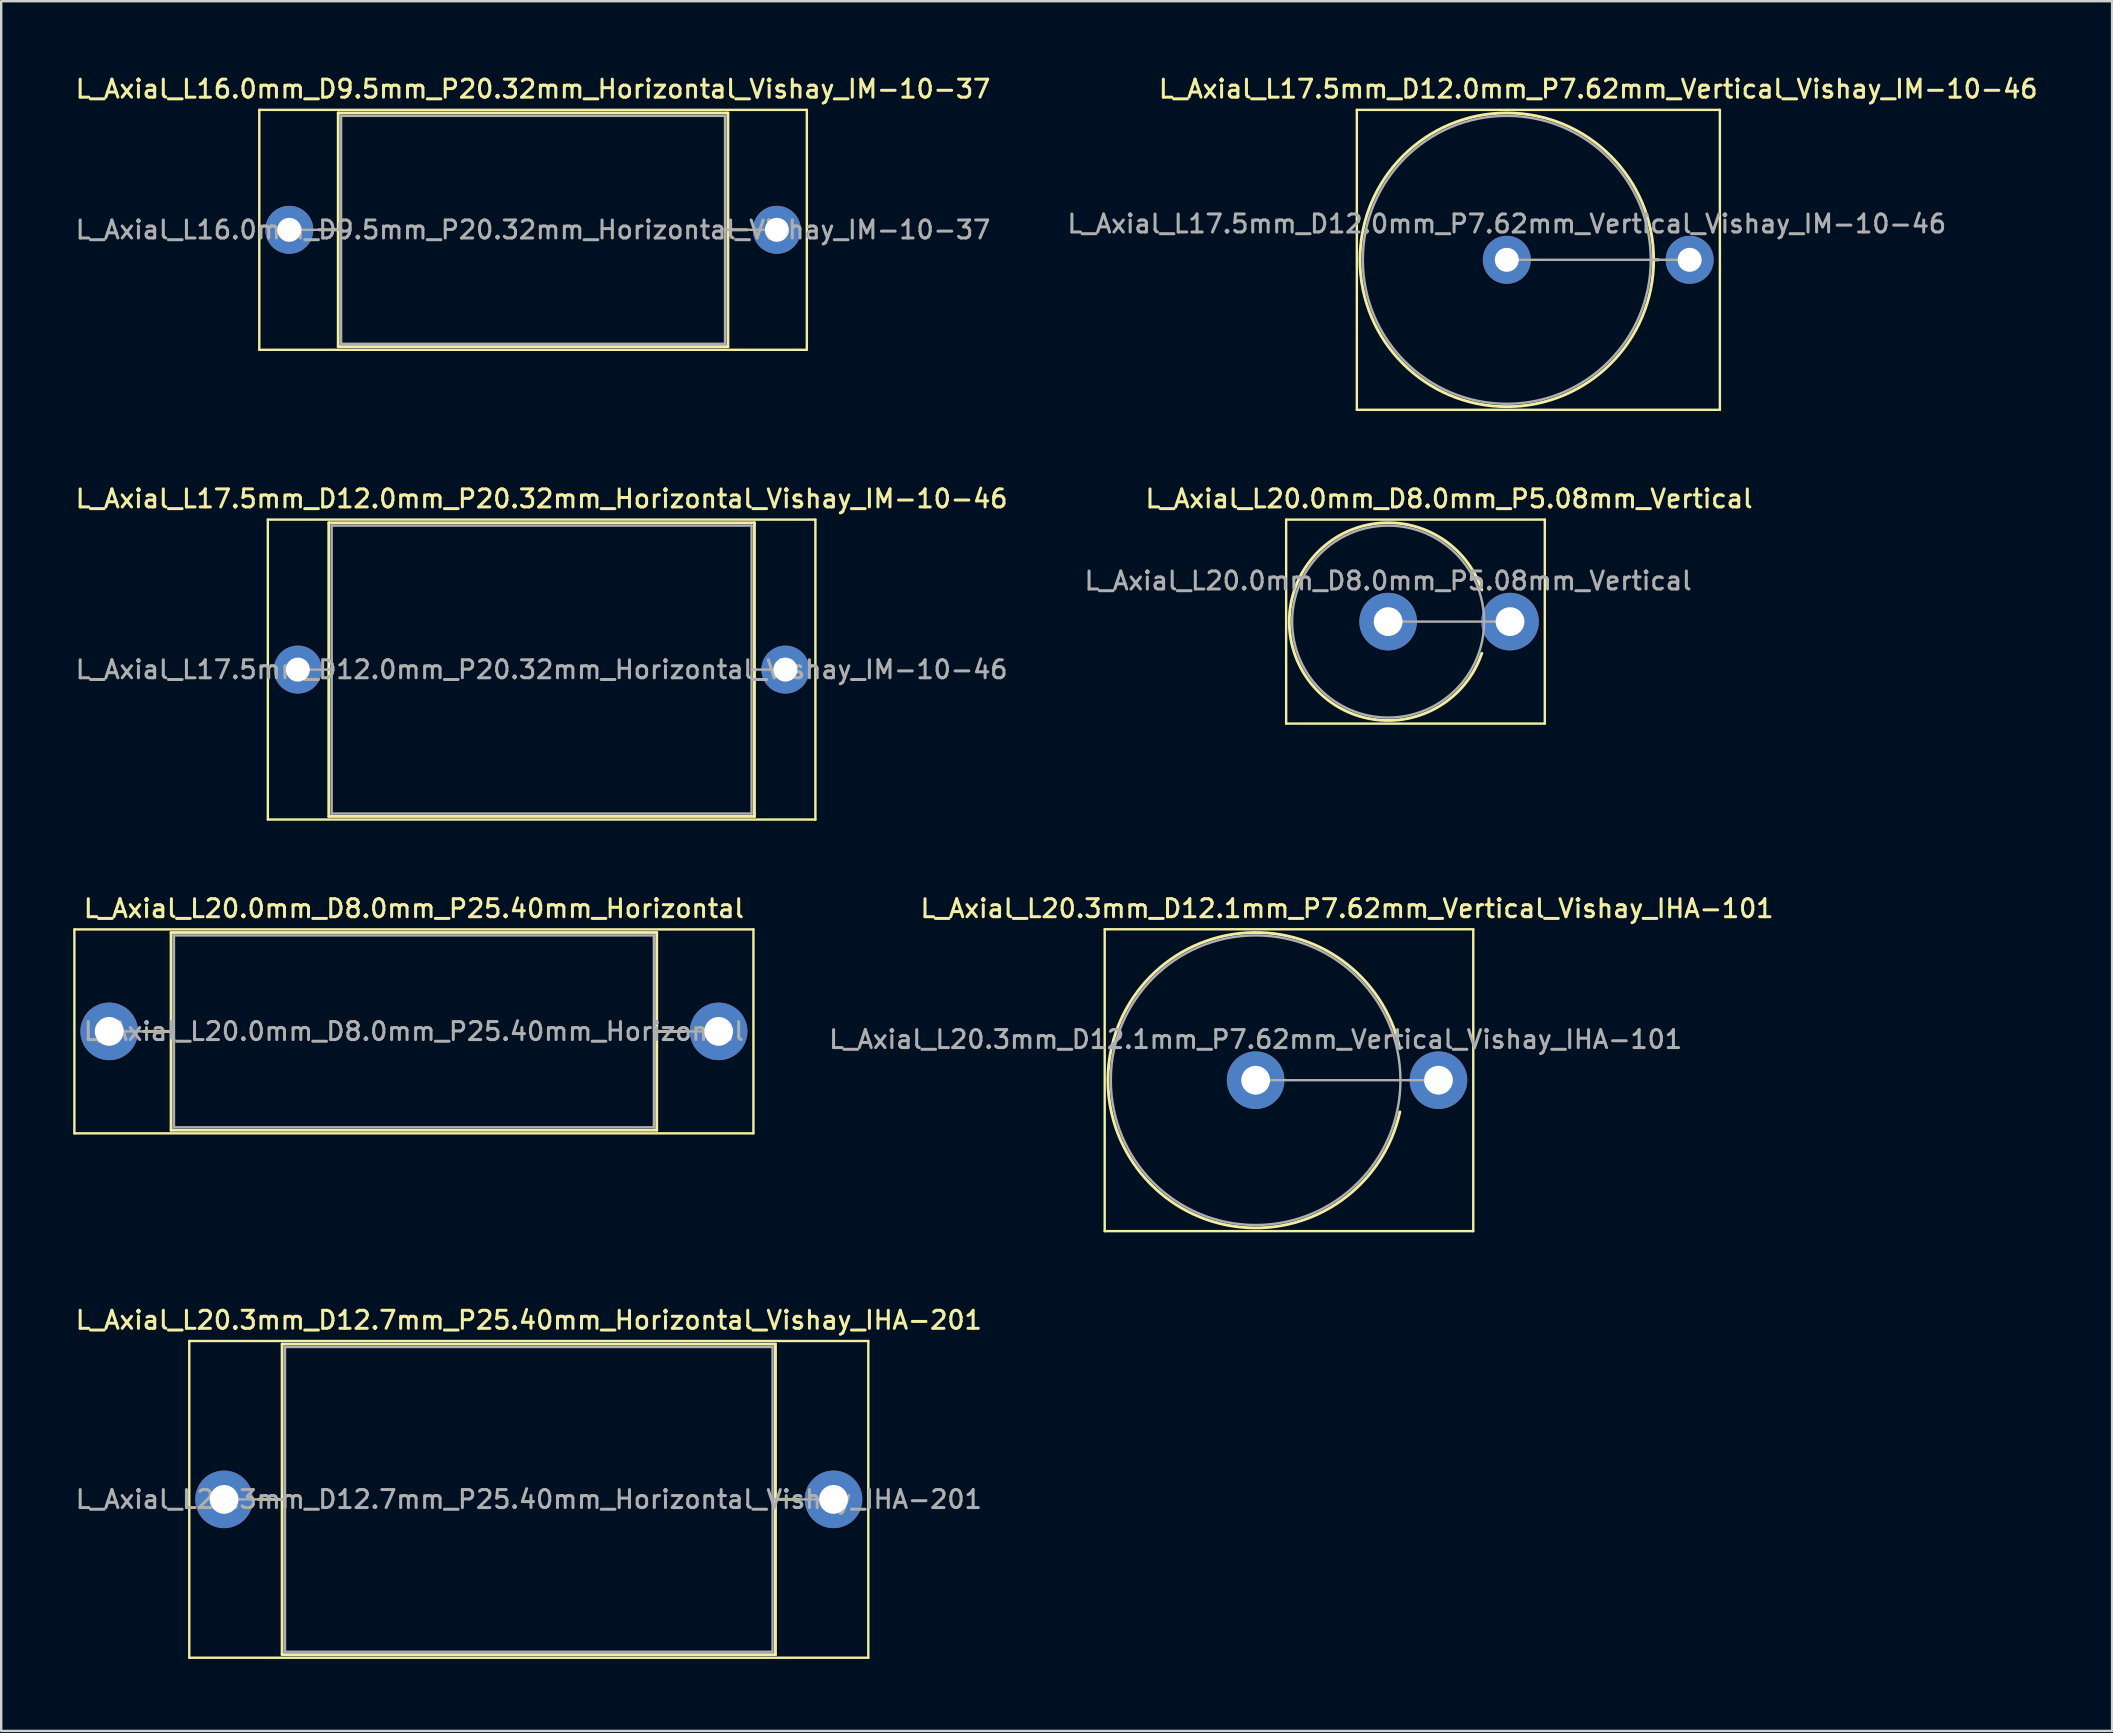
<source format=kicad_pcb>
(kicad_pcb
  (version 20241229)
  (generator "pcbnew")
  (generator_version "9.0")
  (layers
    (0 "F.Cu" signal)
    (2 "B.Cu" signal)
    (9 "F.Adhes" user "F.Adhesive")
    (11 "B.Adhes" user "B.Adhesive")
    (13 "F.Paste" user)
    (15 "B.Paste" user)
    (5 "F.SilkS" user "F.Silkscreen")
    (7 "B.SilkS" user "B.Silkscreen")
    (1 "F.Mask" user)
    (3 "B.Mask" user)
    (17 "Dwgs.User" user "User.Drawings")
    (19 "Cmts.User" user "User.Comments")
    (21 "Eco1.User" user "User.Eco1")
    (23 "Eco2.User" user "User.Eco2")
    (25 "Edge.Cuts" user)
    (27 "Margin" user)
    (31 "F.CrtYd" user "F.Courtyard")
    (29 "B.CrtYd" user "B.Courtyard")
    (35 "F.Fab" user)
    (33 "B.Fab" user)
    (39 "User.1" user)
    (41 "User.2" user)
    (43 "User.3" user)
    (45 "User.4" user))
  (footprint "L_Axial_L17.5mm_D12.0mm_P20.32mm_Horizontal_Vishay_IM-10-46"
    (layer "F.Cu")
    (at 9.363 24.856)
    (property "Reference" "L_Axial_L17.5mm_D12.0mm_P20.32mm_Horizontal_Vishay_IM-10-46" (at 10.16 -7.12 0) (layer "F.SilkS") (effects (font (size 0.75 0.75) (thickness 0.125))))
    (attr through_hole)
    (fp_line (start -1.25 -6.25) (end -1.25 6.25) (stroke (width 0.1) (type solid)) (layer "F.SilkS"))
    (fp_line (start -1.25 6.25) (end 21.57 6.25) (stroke (width 0.1) (type solid)) (layer "F.SilkS"))
    (fp_line (start 1.24 0) (end 1.29 0) (stroke (width 0.12) (type solid)) (layer "F.SilkS"))
    (fp_line (start 1.29 -6.12) (end 1.29 6.12) (stroke (width 0.12) (type solid)) (layer "F.SilkS"))
    (fp_line (start 1.29 6.12) (end 19.03 6.12) (stroke (width 0.12) (type solid)) (layer "F.SilkS"))
    (fp_line (start 19.03 -6.12) (end 1.29 -6.12) (stroke (width 0.12) (type solid)) (layer "F.SilkS"))
    (fp_line (start 19.03 6.12) (end 19.03 -6.12) (stroke (width 0.12) (type solid)) (layer "F.SilkS"))
    (fp_line (start 19.08 0) (end 19.03 0) (stroke (width 0.12) (type solid)) (layer "F.SilkS"))
    (fp_line (start 21.57 -6.25) (end -1.25 -6.25) (stroke (width 0.1) (type solid)) (layer "F.SilkS"))
    (fp_line (start 21.57 6.25) (end 21.57 -6.25) (stroke (width 0.1) (type solid)) (layer "F.SilkS"))
    (fp_line (start 0 0) (end 1.41 0) (stroke (width 0.1) (type solid)) (layer "F.Fab"))
    (fp_line (start 1.41 -6) (end 1.41 6) (stroke (width 0.1) (type solid)) (layer "F.Fab"))
    (fp_line (start 1.41 6) (end 18.91 6) (stroke (width 0.1) (type solid)) (layer "F.Fab"))
    (fp_line (start 18.91 -6) (end 1.41 -6) (stroke (width 0.1) (type solid)) (layer "F.Fab"))
    (fp_line (start 18.91 6) (end 18.91 -6) (stroke (width 0.1) (type solid)) (layer "F.Fab"))
    (fp_line (start 20.32 0) (end 18.91 0) (stroke (width 0.1) (type solid)) (layer "F.Fab"))
    (fp_text user "${REFERENCE}" (at 10.16 0 0) (layer "F.Fab") (effects (font (size 0.75 0.75) (thickness 0.125))))
    (pad "1" thru_hole circle (at 0 0) (size 2 2) (drill 1) (layers "*.Cu" "*.Mask"))
    (pad "2" thru_hole oval (at 20.32 0) (size 2 2) (drill 1) (layers "*.Cu" "*.Mask")))
  (footprint "L_Axial_L20.3mm_D12.7mm_P25.40mm_Horizontal_Vishay_IHA-201"
    (layer "F.Cu")
    (at 6.288 59.438)
    (property "Reference" "L_Axial_L20.3mm_D12.7mm_P25.40mm_Horizontal_Vishay_IHA-201" (at 12.7 -7.47 0) (layer "F.SilkS") (effects (font (size 0.75 0.75) (thickness 0.125))))
    (attr through_hole)
    (fp_line (start -1.45 -6.6) (end -1.45 6.6) (stroke (width 0.1) (type solid)) (layer "F.SilkS"))
    (fp_line (start -1.45 6.6) (end 26.85 6.6) (stroke (width 0.1) (type solid)) (layer "F.SilkS"))
    (fp_line (start 1.44 0) (end 2.42 0) (stroke (width 0.12) (type solid)) (layer "F.SilkS"))
    (fp_line (start 2.42 -6.47) (end 2.42 6.47) (stroke (width 0.12) (type solid)) (layer "F.SilkS"))
    (fp_line (start 2.42 6.47) (end 22.98 6.47) (stroke (width 0.12) (type solid)) (layer "F.SilkS"))
    (fp_line (start 22.98 -6.47) (end 2.42 -6.47) (stroke (width 0.12) (type solid)) (layer "F.SilkS"))
    (fp_line (start 22.98 6.47) (end 22.98 -6.47) (stroke (width 0.12) (type solid)) (layer "F.SilkS"))
    (fp_line (start 23.96 0) (end 22.98 0) (stroke (width 0.12) (type solid)) (layer "F.SilkS"))
    (fp_line (start 26.85 -6.6) (end -1.45 -6.6) (stroke (width 0.1) (type solid)) (layer "F.SilkS"))
    (fp_line (start 26.85 6.6) (end 26.85 -6.6) (stroke (width 0.1) (type solid)) (layer "F.SilkS"))
    (fp_line (start 0 0) (end 2.54 0) (stroke (width 0.1) (type solid)) (layer "F.Fab"))
    (fp_line (start 2.54 -6.35) (end 2.54 6.35) (stroke (width 0.1) (type solid)) (layer "F.Fab"))
    (fp_line (start 2.54 6.35) (end 22.86 6.35) (stroke (width 0.1) (type solid)) (layer "F.Fab"))
    (fp_line (start 22.86 -6.35) (end 2.54 -6.35) (stroke (width 0.1) (type solid)) (layer "F.Fab"))
    (fp_line (start 22.86 6.35) (end 22.86 -6.35) (stroke (width 0.1) (type solid)) (layer "F.Fab"))
    (fp_line (start 25.4 0) (end 22.86 0) (stroke (width 0.1) (type solid)) (layer "F.Fab"))
    (fp_text user "${REFERENCE}" (at 12.7 0 0) (layer "F.Fab") (effects (font (size 0.75 0.75) (thickness 0.125))))
    (pad "1" thru_hole circle (at 0 0) (size 2.4 2.4) (drill 1.2) (layers "*.Cu" "*.Mask"))
    (pad "2" thru_hole oval (at 25.4 0) (size 2.4 2.4) (drill 1.2) (layers "*.Cu" "*.Mask")))
  (footprint "L_Axial_L20.0mm_D8.0mm_P25.40mm_Horizontal"
    (layer "F.Cu")
    (at 1.5 39.934)
    (property "Reference" "L_Axial_L20.0mm_D8.0mm_P25.40mm_Horizontal" (at 12.7 -5.12 0) (layer "F.SilkS") (effects (font (size 0.75 0.75) (thickness 0.125))))
    (attr through_hole)
    (fp_line (start -1.45 -4.25) (end -1.45 4.25) (stroke (width 0.1) (type solid)) (layer "F.SilkS"))
    (fp_line (start -1.45 4.25) (end 26.85 4.25) (stroke (width 0.1) (type solid)) (layer "F.SilkS"))
    (fp_line (start 1.44 0) (end 2.58 0) (stroke (width 0.12) (type solid)) (layer "F.SilkS"))
    (fp_line (start 2.58 -4.12) (end 2.58 4.12) (stroke (width 0.12) (type solid)) (layer "F.SilkS"))
    (fp_line (start 2.58 4.12) (end 22.82 4.12) (stroke (width 0.12) (type solid)) (layer "F.SilkS"))
    (fp_line (start 22.82 -4.12) (end 2.58 -4.12) (stroke (width 0.12) (type solid)) (layer "F.SilkS"))
    (fp_line (start 22.82 4.12) (end 22.82 -4.12) (stroke (width 0.12) (type solid)) (layer "F.SilkS"))
    (fp_line (start 23.96 0) (end 22.82 0) (stroke (width 0.12) (type solid)) (layer "F.SilkS"))
    (fp_line (start 26.85 -4.25) (end -1.45 -4.25) (stroke (width 0.1) (type solid)) (layer "F.SilkS"))
    (fp_line (start 26.85 4.25) (end 26.85 -4.25) (stroke (width 0.1) (type solid)) (layer "F.SilkS"))
    (fp_line (start 0 0) (end 2.7 0) (stroke (width 0.1) (type solid)) (layer "F.Fab"))
    (fp_line (start 2.7 -4) (end 2.7 4) (stroke (width 0.1) (type solid)) (layer "F.Fab"))
    (fp_line (start 2.7 4) (end 22.7 4) (stroke (width 0.1) (type solid)) (layer "F.Fab"))
    (fp_line (start 22.7 -4) (end 2.7 -4) (stroke (width 0.1) (type solid)) (layer "F.Fab"))
    (fp_line (start 22.7 4) (end 22.7 -4) (stroke (width 0.1) (type solid)) (layer "F.Fab"))
    (fp_line (start 25.4 0) (end 22.7 0) (stroke (width 0.1) (type solid)) (layer "F.Fab"))
    (fp_text user "${REFERENCE}" (at 12.7 0 0) (layer "F.Fab") (effects (font (size 0.75 0.75) (thickness 0.125))))
    (pad "1" thru_hole circle (at 0 0) (size 2.4 2.4) (drill 1.2) (layers "*.Cu" "*.Mask"))
    (pad "2" thru_hole oval (at 25.4 0) (size 2.4 2.4) (drill 1.2) (layers "*.Cu" "*.Mask")))
  (footprint "L_Axial_L20.3mm_D12.1mm_P7.62mm_Vertical_Vishay_IHA-101"
    (layer "F.Cu")
    (at 49.28 41.969)
    (property "Reference" "L_Axial_L20.3mm_D12.1mm_P7.62mm_Vertical_Vishay_IHA-101" (at 3.81 -7.155 0) (layer "F.SilkS") (effects (font (size 0.75 0.75) (thickness 0.125))))
    (attr through_hole)
    (fp_line (start -6.29 -6.29) (end -6.29 6.29) (stroke (width 0.1) (type solid)) (layer "F.SilkS"))
    (fp_line (start -6.29 6.29) (end 9.07 6.29) (stroke (width 0.1) (type solid)) (layer "F.SilkS"))
    (fp_line (start 9.07 -6.29) (end -6.29 -6.29) (stroke (width 0.1) (type solid)) (layer "F.SilkS"))
    (fp_line (start 9.07 6.29) (end 9.07 -6.29) (stroke (width 0.1) (type solid)) (layer "F.SilkS"))
    (fp_arc (start 6.01179 1.32) (mid -6.155 0) (end 6.01179 -1.32) (stroke (width 0.12) (type solid)) (layer "F.SilkS"))
    (fp_line (start 0 0) (end 7.62 0) (stroke (width 0.1) (type solid)) (layer "F.Fab"))
    (fp_circle (center 0 0) (end 6.035 0) (stroke (width 0.1) (type solid)) (fill no) (layer "F.Fab"))
    (fp_text user "${REFERENCE}" (at 0 -1.7 0) (layer "F.Fab") (effects (font (size 0.75 0.75) (thickness 0.125))))
    (pad "1" thru_hole circle (at 0 0) (size 2.4 2.4) (drill 1.2) (layers "*.Cu" "*.Mask"))
    (pad "2" thru_hole oval (at 7.62 0) (size 2.4 2.4) (drill 1.2) (layers "*.Cu" "*.Mask")))
  (footprint "L_Axial_L17.5mm_D12.0mm_P7.62mm_Vertical_Vishay_IM-10-46"
    (layer "F.Cu")
    (at 59.748 7.778)
    (property "Reference" "L_Axial_L17.5mm_D12.0mm_P7.62mm_Vertical_Vishay_IM-10-46" (at 3.81 -7.12 0) (layer "F.SilkS") (effects (font (size 0.75 0.75) (thickness 0.125))))
    (attr through_hole)
    (fp_line (start -6.25 -6.25) (end -6.25 6.25) (stroke (width 0.1) (type solid)) (layer "F.SilkS"))
    (fp_line (start -6.25 6.25) (end 8.88 6.25) (stroke (width 0.1) (type solid)) (layer "F.SilkS"))
    (fp_line (start 6.12 0) (end 6.32 0) (stroke (width 0.12) (type solid)) (layer "F.SilkS"))
    (fp_line (start 8.88 -6.25) (end -6.25 -6.25) (stroke (width 0.1) (type solid)) (layer "F.SilkS"))
    (fp_line (start 8.88 6.25) (end 8.88 -6.25) (stroke (width 0.1) (type solid)) (layer "F.SilkS"))
    (fp_circle (center 0 0) (end 6.12 0) (stroke (width 0.12) (type solid)) (fill no) (layer "F.SilkS"))
    (fp_line (start 0 0) (end 7.62 0) (stroke (width 0.1) (type solid)) (layer "F.Fab"))
    (fp_circle (center 0 0) (end 6 0) (stroke (width 0.1) (type solid)) (fill no) (layer "F.Fab"))
    (fp_text user "${REFERENCE}" (at 0 -1.5 0) (layer "F.Fab") (effects (font (size 0.75 0.75) (thickness 0.125))))
    (pad "1" thru_hole circle (at 0 0) (size 2 2) (drill 1) (layers "*.Cu" "*.Mask"))
    (pad "2" thru_hole oval (at 7.62 0) (size 2 2) (drill 1) (layers "*.Cu" "*.Mask")))
  (footprint "L_Axial_L20.0mm_D8.0mm_P5.08mm_Vertical"
    (layer "F.Cu")
    (at 54.802 22.856)
    (property "Reference" "L_Axial_L20.0mm_D8.0mm_P5.08mm_Vertical" (at 2.54 -5.12 0) (layer "F.SilkS") (effects (font (size 0.75 0.75) (thickness 0.125))))
    (attr through_hole)
    (fp_line (start -4.25 -4.25) (end -4.25 4.25) (stroke (width 0.1) (type solid)) (layer "F.SilkS"))
    (fp_line (start -4.25 4.25) (end 6.53 4.25) (stroke (width 0.1) (type solid)) (layer "F.SilkS"))
    (fp_line (start 6.53 -4.25) (end -4.25 -4.25) (stroke (width 0.1) (type solid)) (layer "F.SilkS"))
    (fp_line (start 6.53 4.25) (end 6.53 -4.25) (stroke (width 0.1) (type solid)) (layer "F.SilkS"))
    (fp_arc (start 3.902819 1.32) (mid -4.12 0) (end 3.902819 -1.32) (stroke (width 0.12) (type solid)) (layer "F.SilkS"))
    (fp_line (start 0 0) (end 5.08 0) (stroke (width 0.1) (type solid)) (layer "F.Fab"))
    (fp_circle (center 0 0) (end 4 0) (stroke (width 0.1) (type solid)) (fill no) (layer "F.Fab"))
    (fp_text user "${REFERENCE}" (at 0 -1.7 0) (layer "F.Fab") (effects (font (size 0.75 0.75) (thickness 0.125))))
    (pad "1" thru_hole circle (at 0 0) (size 2.4 2.4) (drill 1.2) (layers "*.Cu" "*.Mask"))
    (pad "2" thru_hole oval (at 5.08 0) (size 2.4 2.4) (drill 1.2) (layers "*.Cu" "*.Mask")))
  (footprint "L_Axial_L16.0mm_D9.5mm_P20.32mm_Horizontal_Vishay_IM-10-37"
    (layer "F.Cu")
    (at 9.006 6.528)
    (property "Reference" "L_Axial_L16.0mm_D9.5mm_P20.32mm_Horizontal_Vishay_IM-10-37" (at 10.16 -5.87 0) (layer "F.SilkS") (effects (font (size 0.75 0.75) (thickness 0.125))))
    (attr through_hole)
    (fp_line (start -1.25 -5) (end -1.25 5) (stroke (width 0.1) (type solid)) (layer "F.SilkS"))
    (fp_line (start -1.25 5) (end 21.57 5) (stroke (width 0.1) (type solid)) (layer "F.SilkS"))
    (fp_line (start 1.24 0) (end 2.04 0) (stroke (width 0.12) (type solid)) (layer "F.SilkS"))
    (fp_line (start 2.04 -4.87) (end 2.04 4.87) (stroke (width 0.12) (type solid)) (layer "F.SilkS"))
    (fp_line (start 2.04 4.87) (end 18.28 4.87) (stroke (width 0.12) (type solid)) (layer "F.SilkS"))
    (fp_line (start 18.28 -4.87) (end 2.04 -4.87) (stroke (width 0.12) (type solid)) (layer "F.SilkS"))
    (fp_line (start 18.28 4.87) (end 18.28 -4.87) (stroke (width 0.12) (type solid)) (layer "F.SilkS"))
    (fp_line (start 19.08 0) (end 18.28 0) (stroke (width 0.12) (type solid)) (layer "F.SilkS"))
    (fp_line (start 21.57 -5) (end -1.25 -5) (stroke (width 0.1) (type solid)) (layer "F.SilkS"))
    (fp_line (start 21.57 5) (end 21.57 -5) (stroke (width 0.1) (type solid)) (layer "F.SilkS"))
    (fp_line (start 0 0) (end 2.16 0) (stroke (width 0.1) (type solid)) (layer "F.Fab"))
    (fp_line (start 2.16 -4.75) (end 2.16 4.75) (stroke (width 0.1) (type solid)) (layer "F.Fab"))
    (fp_line (start 2.16 4.75) (end 18.16 4.75) (stroke (width 0.1) (type solid)) (layer "F.Fab"))
    (fp_line (start 18.16 -4.75) (end 2.16 -4.75) (stroke (width 0.1) (type solid)) (layer "F.Fab"))
    (fp_line (start 18.16 4.75) (end 18.16 -4.75) (stroke (width 0.1) (type solid)) (layer "F.Fab"))
    (fp_line (start 20.32 0) (end 18.16 0) (stroke (width 0.1) (type solid)) (layer "F.Fab"))
    (fp_text user "${REFERENCE}" (at 10.16 0 0) (layer "F.Fab") (effects (font (size 0.75 0.75) (thickness 0.125))))
    (pad "1" thru_hole circle (at 0 0) (size 2 2) (drill 1) (layers "*.Cu" "*.Mask"))
    (pad "2" thru_hole oval (at 20.32 0) (size 2 2) (drill 1) (layers "*.Cu" "*.Mask")))
  (gr_rect
    (start -3 -3)
    (end 84.974 69.088)
    (stroke (width 0.1) (type default))
    (fill no)
    (layer "Edge.Cuts")))
</source>
